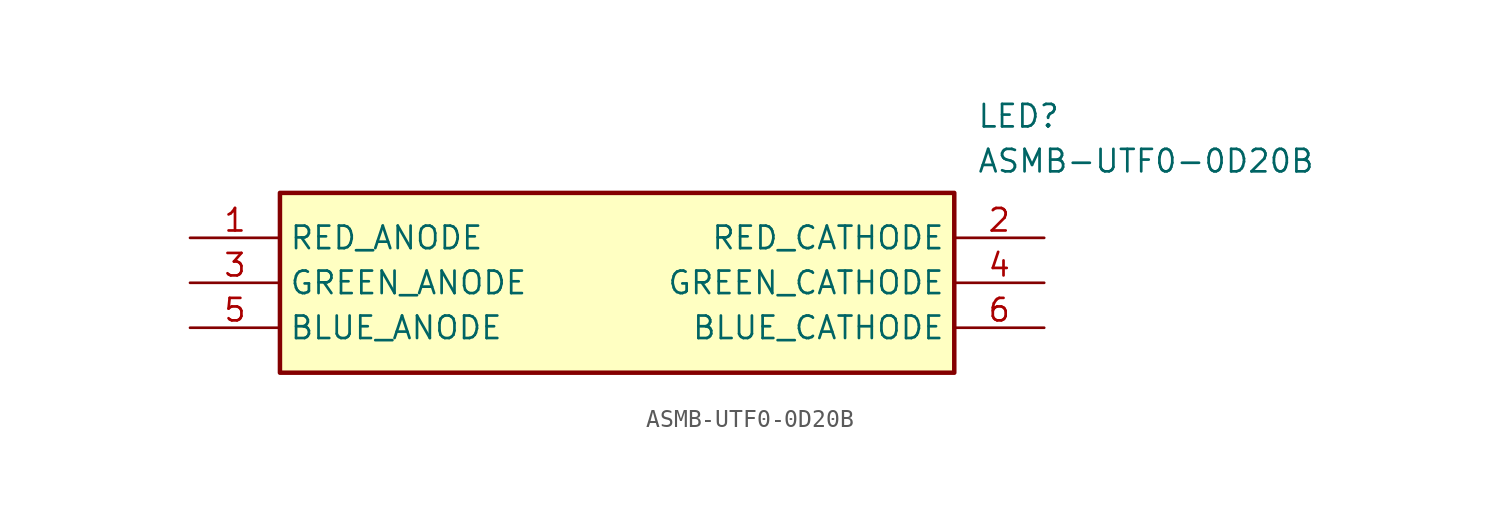
<source format=kicad_sym>
(kicad_symbol_lib
  (version 20211014)
  (generator SamacSys_ECAD_Model)
  (symbol "ASMB-UTF0-0D20B"
    (property "Reference" "LED"
      (at 44.45 7.62 0)
      (effects (font (size 1.27 1.27)) (justify left top)))
    (property "Value" "ASMB-UTF0-0D20B"
      (at 44.45 5.08 0)
      (effects (font (size 1.27 1.27)) (justify left top)))
    (rectangle
      (start 5.08 2.54)
      (end 43.18 -7.62)
      (stroke (width 0.254) (type default))
      (fill (type background)))
    (pin passive line
      (at 0 0 0)
      (length 5.08)
      (name "RED_ANODE" (effects (font (size 1.27 1.27))))
      (number "1" (effects (font (size 1.27 1.27)))))
    (pin passive line
      (at 48.26 0 180)
      (length 5.08)
      (name "RED_CATHODE" (effects (font (size 1.27 1.27))))
      (number "2" (effects (font (size 1.27 1.27)))))
    (pin passive line
      (at 0 -2.54 0)
      (length 5.08)
      (name "GREEN_ANODE" (effects (font (size 1.27 1.27))))
      (number "3" (effects (font (size 1.27 1.27)))))
    (pin passive line
      (at 48.26 -2.54 180)
      (length 5.08)
      (name "GREEN_CATHODE" (effects (font (size 1.27 1.27))))
      (number "4" (effects (font (size 1.27 1.27)))))
    (pin passive line
      (at 0 -5.08 0)
      (length 5.08)
      (name "BLUE_ANODE" (effects (font (size 1.27 1.27))))
      (number "5" (effects (font (size 1.27 1.27)))))
    (pin passive line
      (at 48.26 -5.08 180)
      (length 5.08)
      (name "BLUE_CATHODE" (effects (font (size 1.27 1.27))))
      (number "6" (effects (font (size 1.27 1.27)))))))
</source>
